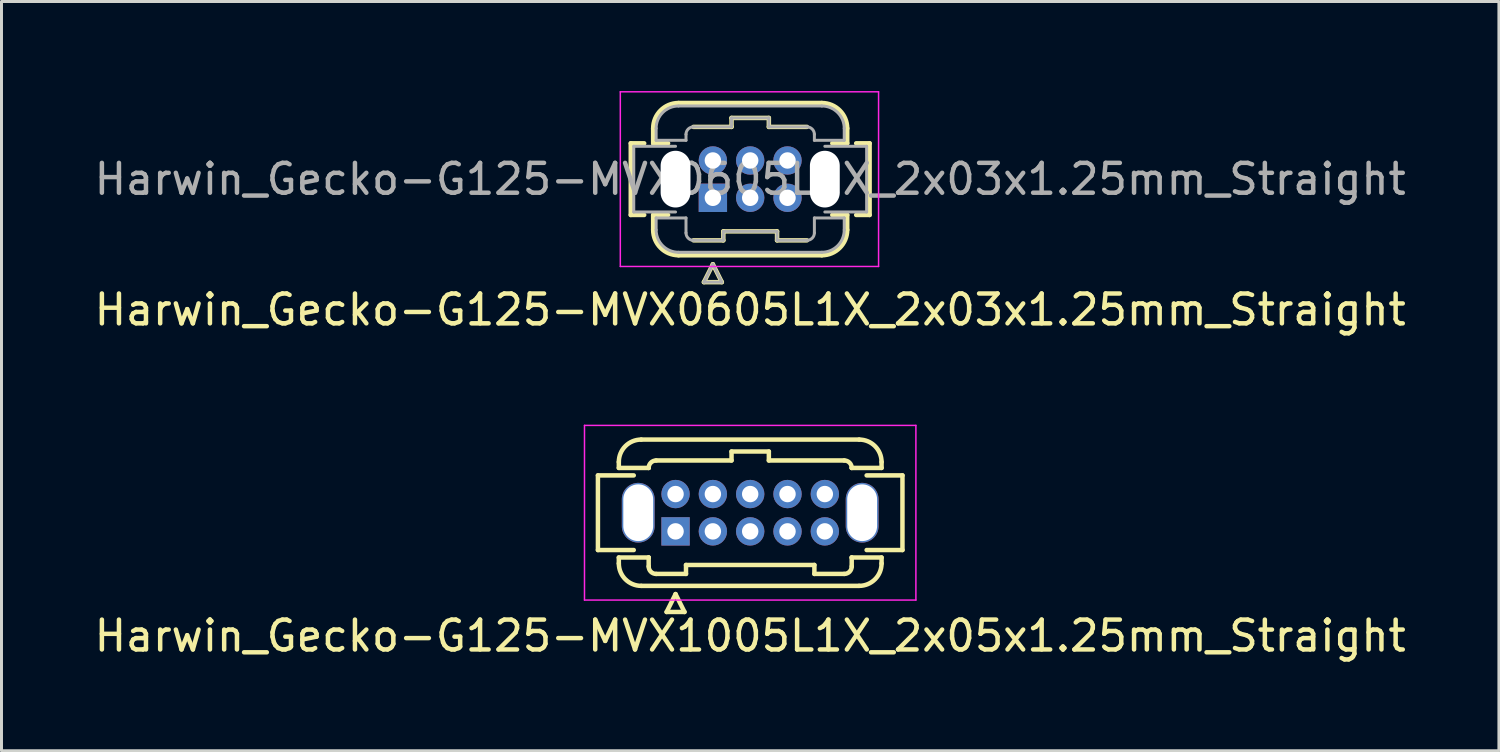
<source format=kicad_pcb>
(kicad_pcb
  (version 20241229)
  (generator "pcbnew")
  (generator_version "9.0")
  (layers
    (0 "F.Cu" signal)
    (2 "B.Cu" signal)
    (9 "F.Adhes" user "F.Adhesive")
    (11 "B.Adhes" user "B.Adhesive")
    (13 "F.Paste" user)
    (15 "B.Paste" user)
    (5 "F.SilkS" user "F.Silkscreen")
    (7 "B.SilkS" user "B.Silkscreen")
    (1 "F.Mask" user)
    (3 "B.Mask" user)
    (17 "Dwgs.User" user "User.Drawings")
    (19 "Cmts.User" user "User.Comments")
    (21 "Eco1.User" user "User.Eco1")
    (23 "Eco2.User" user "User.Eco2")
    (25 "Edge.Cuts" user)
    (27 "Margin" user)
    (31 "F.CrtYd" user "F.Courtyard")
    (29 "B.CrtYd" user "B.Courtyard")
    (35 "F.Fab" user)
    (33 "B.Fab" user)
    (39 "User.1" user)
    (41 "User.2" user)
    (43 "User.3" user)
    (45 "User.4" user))
  (footprint "Harwin_Gecko-G125-MVX0605L1X_2x03x1.25mm_Straight"
    (layer "F.Cu")
    (at 20.827 3.575)
    (property "Reference" "Harwin_Gecko-G125-MVX0605L1X_2x03x1.25mm_Straight" (at 1.25 3.75 0) (layer "F.SilkS") (effects (font (size 1 1) (thickness 0.15))))
    (attr through_hole)
    (fp_line (start -2.75 -1.825) (end -2.75 0.575) (stroke (width 0.15) (type solid)) (layer "F.SilkS"))
    (fp_line (start -2.75 0.575) (end -2.3 0.575) (stroke (width 0.15) (type solid)) (layer "F.SilkS"))
    (fp_line (start -2.3 -1.825) (end -2.75 -1.825) (stroke (width 0.15) (type solid)) (layer "F.SilkS"))
    (fp_line (start -2 -1.825) (end -2 -2.325) (stroke (width 0.15) (type solid)) (layer "F.SilkS"))
    (fp_line (start -2 -1.825) (end -1.5 -1.825) (stroke (width 0.15) (type solid)) (layer "F.SilkS"))
    (fp_line (start -2 0.575) (end -1.5 0.575) (stroke (width 0.15) (type solid)) (layer "F.SilkS"))
    (fp_line (start -2 1.075) (end -2 0.575) (stroke (width 0.15) (type solid)) (layer "F.SilkS"))
    (fp_line (start -1.15 -3.175) (end 3.65 -3.175) (stroke (width 0.15) (type solid)) (layer "F.SilkS"))
    (fp_line (start -1.15 1.925) (end 3.65 1.925) (stroke (width 0.15) (type solid)) (layer "F.SilkS"))
    (fp_line (start -0.65 -2.375) (end 0.625 -2.375) (stroke (width 0.15) (type solid)) (layer "F.SilkS"))
    (fp_line (start -0.65 1.425) (end 0.35 1.425) (stroke (width 0.15) (type solid)) (layer "F.SilkS"))
    (fp_line (start -0.3 2.825) (end 0.3 2.825) (stroke (width 0.15) (type solid)) (layer "F.SilkS"))
    (fp_line (start 0 2.225) (end -0.3 2.825) (stroke (width 0.15) (type solid)) (layer "F.SilkS"))
    (fp_line (start 0.3 2.825) (end 0 2.225) (stroke (width 0.15) (type solid)) (layer "F.SilkS"))
    (fp_line (start 0.35 1.125) (end 2.15 1.125) (stroke (width 0.15) (type solid)) (layer "F.SilkS"))
    (fp_line (start 0.35 1.425) (end 0.35 1.125) (stroke (width 0.15) (type solid)) (layer "F.SilkS"))
    (fp_line (start 0.625 -2.675) (end 1.875 -2.675) (stroke (width 0.15) (type solid)) (layer "F.SilkS"))
    (fp_line (start 0.625 -2.375) (end 0.625 -2.675) (stroke (width 0.15) (type solid)) (layer "F.SilkS"))
    (fp_line (start 1.875 -2.675) (end 1.875 -2.375) (stroke (width 0.15) (type solid)) (layer "F.SilkS"))
    (fp_line (start 1.875 -2.375) (end 3.15 -2.375) (stroke (width 0.15) (type solid)) (layer "F.SilkS"))
    (fp_line (start 2.15 1.125) (end 2.15 1.425) (stroke (width 0.15) (type solid)) (layer "F.SilkS"))
    (fp_line (start 2.15 1.425) (end 3.15 1.425) (stroke (width 0.15) (type solid)) (layer "F.SilkS"))
    (fp_line (start 4.5 -2.325) (end 4.5 -1.825) (stroke (width 0.15) (type solid)) (layer "F.SilkS"))
    (fp_line (start 4.5 -1.825) (end 4 -1.825) (stroke (width 0.15) (type solid)) (layer "F.SilkS"))
    (fp_line (start 4.5 0.575) (end 4 0.575) (stroke (width 0.15) (type solid)) (layer "F.SilkS"))
    (fp_line (start 4.5 1.075) (end 4.5 0.575) (stroke (width 0.15) (type solid)) (layer "F.SilkS"))
    (fp_line (start 4.8 0.575) (end 5.25 0.575) (stroke (width 0.15) (type solid)) (layer "F.SilkS"))
    (fp_line (start 5.25 -1.825) (end 4.8 -1.825) (stroke (width 0.15) (type solid)) (layer "F.SilkS"))
    (fp_line (start 5.25 -1.825) (end 5.25 0.575) (stroke (width 0.15) (type solid)) (layer "F.SilkS"))
    (fp_arc (start -2 -2.325) (mid -1.751041 -2.926041) (end -1.15 -3.175) (stroke (width 0.15) (type solid)) (layer "F.SilkS"))
    (fp_arc (start -1.15 1.925) (mid -1.751041 1.676041) (end -2 1.075) (stroke (width 0.15) (type solid)) (layer "F.SilkS"))
    (fp_arc (start 3.65 -3.175) (mid 4.251041 -2.926041) (end 4.5 -2.325) (stroke (width 0.15) (type solid)) (layer "F.SilkS"))
    (fp_arc (start 4.5 1.075) (mid 4.251041 1.676041) (end 3.65 1.925) (stroke (width 0.15) (type solid)) (layer "F.SilkS"))
    (fp_line (start -3.1 -3.55) (end -3.1 2.3) (stroke (width 0.05) (type solid)) (layer "F.CrtYd"))
    (fp_line (start -3.1 2.3) (end 5.55 2.3) (stroke (width 0.05) (type solid)) (layer "F.CrtYd"))
    (fp_line (start 5.55 -3.55) (end -3.1 -3.55) (stroke (width 0.05) (type solid)) (layer "F.CrtYd"))
    (fp_line (start 5.55 2.3) (end 5.55 -3.55) (stroke (width 0.05) (type solid)) (layer "F.CrtYd"))
    (fp_line (start -2.65 0.475) (end -2.65 -1.725) (stroke (width 0.1) (type solid)) (layer "F.Fab"))
    (fp_line (start -2.65 0.475) (end -1.25 0.475) (stroke (width 0.1) (type solid)) (layer "F.Fab"))
    (fp_line (start -1.9 -2.325) (end -1.9 -1.925) (stroke (width 0.1) (type solid)) (layer "F.Fab"))
    (fp_line (start -1.9 -1.925) (end -0.9 -1.925) (stroke (width 0.1) (type solid)) (layer "F.Fab"))
    (fp_line (start -1.9 0.675) (end -0.9 0.675) (stroke (width 0.1) (type solid)) (layer "F.Fab"))
    (fp_line (start -1.9 1.075) (end -1.9 0.675) (stroke (width 0.1) (type solid)) (layer "F.Fab"))
    (fp_line (start -1.25 -1.725) (end -2.65 -1.725) (stroke (width 0.1) (type solid)) (layer "F.Fab"))
    (fp_line (start -1.15 -3.075) (end 3.65 -3.075) (stroke (width 0.1) (type solid)) (layer "F.Fab"))
    (fp_line (start -1.15 1.825) (end 3.65 1.825) (stroke (width 0.1) (type solid)) (layer "F.Fab"))
    (fp_line (start -0.9 -2.125) (end -0.9 -1.925) (stroke (width 0.1) (type solid)) (layer "F.Fab"))
    (fp_line (start -0.9 1.175) (end -0.9 0.675) (stroke (width 0.1) (type solid)) (layer "F.Fab"))
    (fp_line (start -0.65 -2.375) (end 0.625 -2.375) (stroke (width 0.1) (type solid)) (layer "F.Fab"))
    (fp_line (start -0.65 1.425) (end 0.35 1.425) (stroke (width 0.1) (type solid)) (layer "F.Fab"))
    (fp_line (start -0.3 2.825) (end 0.3 2.825) (stroke (width 0.1) (type solid)) (layer "F.Fab"))
    (fp_line (start 0 2.225) (end -0.3 2.825) (stroke (width 0.1) (type solid)) (layer "F.Fab"))
    (fp_line (start 0.3 2.825) (end 0 2.225) (stroke (width 0.1) (type solid)) (layer "F.Fab"))
    (fp_line (start 0.35 1.125) (end 2.15 1.125) (stroke (width 0.1) (type solid)) (layer "F.Fab"))
    (fp_line (start 0.35 1.425) (end 0.35 1.125) (stroke (width 0.1) (type solid)) (layer "F.Fab"))
    (fp_line (start 0.625 -2.675) (end 1.875 -2.675) (stroke (width 0.1) (type solid)) (layer "F.Fab"))
    (fp_line (start 0.625 -2.375) (end 0.625 -2.675) (stroke (width 0.1) (type solid)) (layer "F.Fab"))
    (fp_line (start 1.875 -2.675) (end 1.875 -2.375) (stroke (width 0.1) (type solid)) (layer "F.Fab"))
    (fp_line (start 1.875 -2.375) (end 3.15 -2.375) (stroke (width 0.1) (type solid)) (layer "F.Fab"))
    (fp_line (start 2.15 1.125) (end 2.15 1.425) (stroke (width 0.1) (type solid)) (layer "F.Fab"))
    (fp_line (start 2.15 1.425) (end 3.15 1.425) (stroke (width 0.1) (type solid)) (layer "F.Fab"))
    (fp_line (start 3.4 -2.125) (end 3.4 -1.925) (stroke (width 0.1) (type solid)) (layer "F.Fab"))
    (fp_line (start 3.4 1.175) (end 3.4 0.675) (stroke (width 0.1) (type solid)) (layer "F.Fab"))
    (fp_line (start 3.75 0.475) (end 5.15 0.475) (stroke (width 0.1) (type solid)) (layer "F.Fab"))
    (fp_line (start 4.4 -2.325) (end 4.4 -1.925) (stroke (width 0.1) (type solid)) (layer "F.Fab"))
    (fp_line (start 4.4 -1.925) (end 3.4 -1.925) (stroke (width 0.1) (type solid)) (layer "F.Fab"))
    (fp_line (start 4.4 0.675) (end 3.4 0.675) (stroke (width 0.1) (type solid)) (layer "F.Fab"))
    (fp_line (start 4.4 1.075) (end 4.4 0.675) (stroke (width 0.1) (type solid)) (layer "F.Fab"))
    (fp_line (start 5.15 -1.725) (end 3.75 -1.725) (stroke (width 0.1) (type solid)) (layer "F.Fab"))
    (fp_line (start 5.15 -1.725) (end 5.15 0.475) (stroke (width 0.1) (type solid)) (layer "F.Fab"))
    (fp_arc (start -1.9 -2.325) (mid -1.68033 -2.85533) (end -1.15 -3.075) (stroke (width 0.1) (type solid)) (layer "F.Fab"))
    (fp_arc (start -1.15 1.825) (mid -1.68033 1.60533) (end -1.9 1.075) (stroke (width 0.1) (type solid)) (layer "F.Fab"))
    (fp_arc (start -0.9 -2.125) (mid -0.826777 -2.301777) (end -0.65 -2.375) (stroke (width 0.1) (type solid)) (layer "F.Fab"))
    (fp_arc (start -0.65 1.425) (mid -0.826777 1.351777) (end -0.9 1.175) (stroke (width 0.1) (type solid)) (layer "F.Fab"))
    (fp_arc (start 3.15 -2.375) (mid 3.326777 -2.301777) (end 3.4 -2.125) (stroke (width 0.1) (type solid)) (layer "F.Fab"))
    (fp_arc (start 3.4 1.175) (mid 3.326777 1.351777) (end 3.15 1.425) (stroke (width 0.1) (type solid)) (layer "F.Fab"))
    (fp_arc (start 3.65 -3.075) (mid 4.18033 -2.85533) (end 4.4 -2.325) (stroke (width 0.1) (type solid)) (layer "F.Fab"))
    (fp_arc (start 4.4 1.075) (mid 4.18033 1.60533) (end 3.65 1.825) (stroke (width 0.1) (type solid)) (layer "F.Fab"))
    (fp_text user "${REFERENCE}" (at 1.25 -0.625 0) (layer "F.Fab") (effects (font (size 1 1) (thickness 0.15))))
    (pad "" np_thru_hole oval (at -1.25 -0.625) (size 1 1.9) (drill oval 1 1.9) (layers "*.Cu" "*.Mask"))
    (pad "" np_thru_hole oval (at 3.75 -0.625) (size 1 1.9) (drill oval 1 1.9) (layers "*.Cu" "*.Mask"))
    (pad "1" thru_hole rect (at 0 0) (size 0.95 0.95) (drill 0.55) (layers "*.Cu" "*.Mask"))
    (pad "2" thru_hole circle (at 1.25 0) (size 0.95 0.95) (drill 0.55) (layers "*.Cu" "*.Mask"))
    (pad "3" thru_hole circle (at 2.5 0) (size 0.95 0.95) (drill 0.55) (layers "*.Cu" "*.Mask"))
    (pad "4" thru_hole circle (at 0 -1.25) (size 0.95 0.95) (drill 0.55) (layers "*.Cu" "*.Mask"))
    (pad "5" thru_hole circle (at 1.25 -1.25) (size 0.95 0.95) (drill 0.55) (layers "*.Cu" "*.Mask"))
    (pad "6" thru_hole circle (at 2.5 -1.25) (size 0.95 0.95) (drill 0.55) (layers "*.Cu" "*.Mask")))
  (footprint "Harwin_Gecko-G125-MVX1005L1X_2x05x1.25mm_Straight"
    (layer "F.Cu")
    (at 19.577 14.748)
    (property "Reference" "Harwin_Gecko-G125-MVX1005L1X_2x05x1.25mm_Straight" (at 2.5 3.5 0) (layer "F.SilkS") (effects (font (size 1 1) (thickness 0.15))))
    (attr through_hole)
    (fp_line (start -2.6 -1.875) (end -2.6 0.625) (stroke (width 0.15) (type solid)) (layer "F.SilkS"))
    (fp_line (start -2.6 0.625) (end -1.4 0.625) (stroke (width 0.15) (type solid)) (layer "F.SilkS"))
    (fp_line (start -1.9 -2.325) (end -1.9 -2.125) (stroke (width 0.15) (type solid)) (layer "F.SilkS"))
    (fp_line (start -1.9 -2.125) (end -0.9 -2.125) (stroke (width 0.15) (type solid)) (layer "F.SilkS"))
    (fp_line (start -1.9 0.875) (end -0.9 0.875) (stroke (width 0.15) (type solid)) (layer "F.SilkS"))
    (fp_line (start -1.9 1.075) (end -1.9 0.875) (stroke (width 0.15) (type solid)) (layer "F.SilkS"))
    (fp_line (start -1.4 -1.875) (end -2.6 -1.875) (stroke (width 0.15) (type solid)) (layer "F.SilkS"))
    (fp_line (start -1.15 -3.075) (end 6.15 -3.075) (stroke (width 0.15) (type solid)) (layer "F.SilkS"))
    (fp_line (start -1.15 1.825) (end 6.15 1.825) (stroke (width 0.15) (type solid)) (layer "F.SilkS"))
    (fp_line (start -0.9 -2.125) (end -0.9 -2.125) (stroke (width 0.15) (type solid)) (layer "F.SilkS"))
    (fp_line (start -0.9 0.875) (end -0.9 0.875) (stroke (width 0.15) (type solid)) (layer "F.SilkS"))
    (fp_line (start -0.9 1.175) (end -0.9 0.875) (stroke (width 0.15) (type solid)) (layer "F.SilkS"))
    (fp_line (start -0.65 -2.375) (end 1.875 -2.375) (stroke (width 0.15) (type solid)) (layer "F.SilkS"))
    (fp_line (start -0.65 1.425) (end 0.35 1.425) (stroke (width 0.15) (type solid)) (layer "F.SilkS"))
    (fp_line (start -0.3 2.7) (end 0.3 2.7) (stroke (width 0.15) (type solid)) (layer "F.SilkS"))
    (fp_line (start 0 2.1) (end -0.3 2.7) (stroke (width 0.15) (type solid)) (layer "F.SilkS"))
    (fp_line (start 0.3 2.7) (end 0 2.1) (stroke (width 0.15) (type solid)) (layer "F.SilkS"))
    (fp_line (start 0.35 1.125) (end 4.65 1.125) (stroke (width 0.15) (type solid)) (layer "F.SilkS"))
    (fp_line (start 0.35 1.425) (end 0.35 1.125) (stroke (width 0.15) (type solid)) (layer "F.SilkS"))
    (fp_line (start 1.875 -2.675) (end 3.125 -2.675) (stroke (width 0.15) (type solid)) (layer "F.SilkS"))
    (fp_line (start 1.875 -2.375) (end 1.875 -2.675) (stroke (width 0.15) (type solid)) (layer "F.SilkS"))
    (fp_line (start 3.125 -2.675) (end 3.125 -2.375) (stroke (width 0.15) (type solid)) (layer "F.SilkS"))
    (fp_line (start 3.125 -2.375) (end 5.65 -2.375) (stroke (width 0.15) (type solid)) (layer "F.SilkS"))
    (fp_line (start 4.65 1.125) (end 4.65 1.425) (stroke (width 0.15) (type solid)) (layer "F.SilkS"))
    (fp_line (start 4.65 1.425) (end 5.65 1.425) (stroke (width 0.15) (type solid)) (layer "F.SilkS"))
    (fp_line (start 5.9 -2.125) (end 5.9 -2.125) (stroke (width 0.15) (type solid)) (layer "F.SilkS"))
    (fp_line (start 5.9 0.875) (end 5.9 0.875) (stroke (width 0.15) (type solid)) (layer "F.SilkS"))
    (fp_line (start 5.9 1.175) (end 5.9 0.875) (stroke (width 0.15) (type solid)) (layer "F.SilkS"))
    (fp_line (start 6.4 -1.875) (end 7.6 -1.875) (stroke (width 0.15) (type solid)) (layer "F.SilkS"))
    (fp_line (start 6.9 -2.325) (end 6.9 -2.125) (stroke (width 0.15) (type solid)) (layer "F.SilkS"))
    (fp_line (start 6.9 -2.125) (end 5.9 -2.125) (stroke (width 0.15) (type solid)) (layer "F.SilkS"))
    (fp_line (start 6.9 0.875) (end 5.9 0.875) (stroke (width 0.15) (type solid)) (layer "F.SilkS"))
    (fp_line (start 6.9 1.075) (end 6.9 0.875) (stroke (width 0.15) (type solid)) (layer "F.SilkS"))
    (fp_line (start 7.6 -1.875) (end 7.6 0.625) (stroke (width 0.15) (type solid)) (layer "F.SilkS"))
    (fp_line (start 7.6 0.625) (end 6.4 0.625) (stroke (width 0.15) (type solid)) (layer "F.SilkS"))
    (fp_arc (start -1.9 -2.325) (mid -1.68033 -2.85533) (end -1.15 -3.075) (stroke (width 0.15) (type solid)) (layer "F.SilkS"))
    (fp_arc (start -1.15 1.825) (mid -1.68033 1.60533) (end -1.9 1.075) (stroke (width 0.15) (type solid)) (layer "F.SilkS"))
    (fp_arc (start -0.9 -2.125) (mid -0.826777 -2.301777) (end -0.65 -2.375) (stroke (width 0.15) (type solid)) (layer "F.SilkS"))
    (fp_arc (start -0.65 1.425) (mid -0.826777 1.351777) (end -0.9 1.175) (stroke (width 0.15) (type solid)) (layer "F.SilkS"))
    (fp_arc (start 5.65 -2.375) (mid 5.826777 -2.301777) (end 5.9 -2.125) (stroke (width 0.15) (type solid)) (layer "F.SilkS"))
    (fp_arc (start 5.9 1.175) (mid 5.826777 1.351777) (end 5.65 1.425) (stroke (width 0.15) (type solid)) (layer "F.SilkS"))
    (fp_arc (start 6.15 -3.075) (mid 6.68033 -2.85533) (end 6.9 -2.325) (stroke (width 0.15) (type solid)) (layer "F.SilkS"))
    (fp_arc (start 6.9 1.075) (mid 6.68033 1.60533) (end 6.15 1.825) (stroke (width 0.15) (type solid)) (layer "F.SilkS"))
    (fp_line (start -3.05 -3.55) (end -3.05 2.3) (stroke (width 0.05) (type solid)) (layer "F.CrtYd"))
    (fp_line (start -3.05 2.3) (end 8.05 2.3) (stroke (width 0.05) (type solid)) (layer "F.CrtYd"))
    (fp_line (start 8.05 -3.55) (end -3.05 -3.55) (stroke (width 0.05) (type solid)) (layer "F.CrtYd"))
    (fp_line (start 8.05 2.3) (end 8.05 -3.55) (stroke (width 0.05) (type solid)) (layer "F.CrtYd"))
    (pad "" np_thru_hole oval (at -1.25 -0.625) (size 1.1 2) (drill oval 1 1.9) (layers "*.Cu" "*.Mask"))
    (pad "" np_thru_hole oval (at 6.25 -0.625) (size 1.1 2) (drill oval 1 1.9) (layers "*.Cu" "*.Mask"))
    (pad "1" thru_hole rect (at 0 0) (size 0.95 0.95) (drill 0.55) (layers "*.Cu" "*.Mask"))
    (pad "2" thru_hole circle (at 0 -1.25) (size 0.95 0.95) (drill 0.55) (layers "*.Cu" "*.Mask"))
    (pad "3" thru_hole circle (at 1.25 0) (size 0.95 0.95) (drill 0.55) (layers "*.Cu" "*.Mask"))
    (pad "4" thru_hole circle (at 1.25 -1.25) (size 0.95 0.95) (drill 0.55) (layers "*.Cu" "*.Mask"))
    (pad "5" thru_hole circle (at 2.5 0) (size 0.95 0.95) (drill 0.55) (layers "*.Cu" "*.Mask"))
    (pad "6" thru_hole circle (at 2.5 -1.25) (size 0.95 0.95) (drill 0.55) (layers "*.Cu" "*.Mask"))
    (pad "7" thru_hole circle (at 3.75 0) (size 0.95 0.95) (drill 0.55) (layers "*.Cu" "*.Mask"))
    (pad "8" thru_hole circle (at 3.75 -1.25) (size 0.95 0.95) (drill 0.55) (layers "*.Cu" "*.Mask"))
    (pad "9" thru_hole circle (at 5 0) (size 0.95 0.95) (drill 0.55) (layers "*.Cu" "*.Mask"))
    (pad "10" thru_hole circle (at 5 -1.25) (size 0.95 0.95) (drill 0.55) (layers "*.Cu" "*.Mask")))
  (gr_rect
    (start -3 -3)
    (end 47.155 22.096)
    (stroke (width 0.1) (type default))
    (fill no)
    (layer "Edge.Cuts")))
</source>
